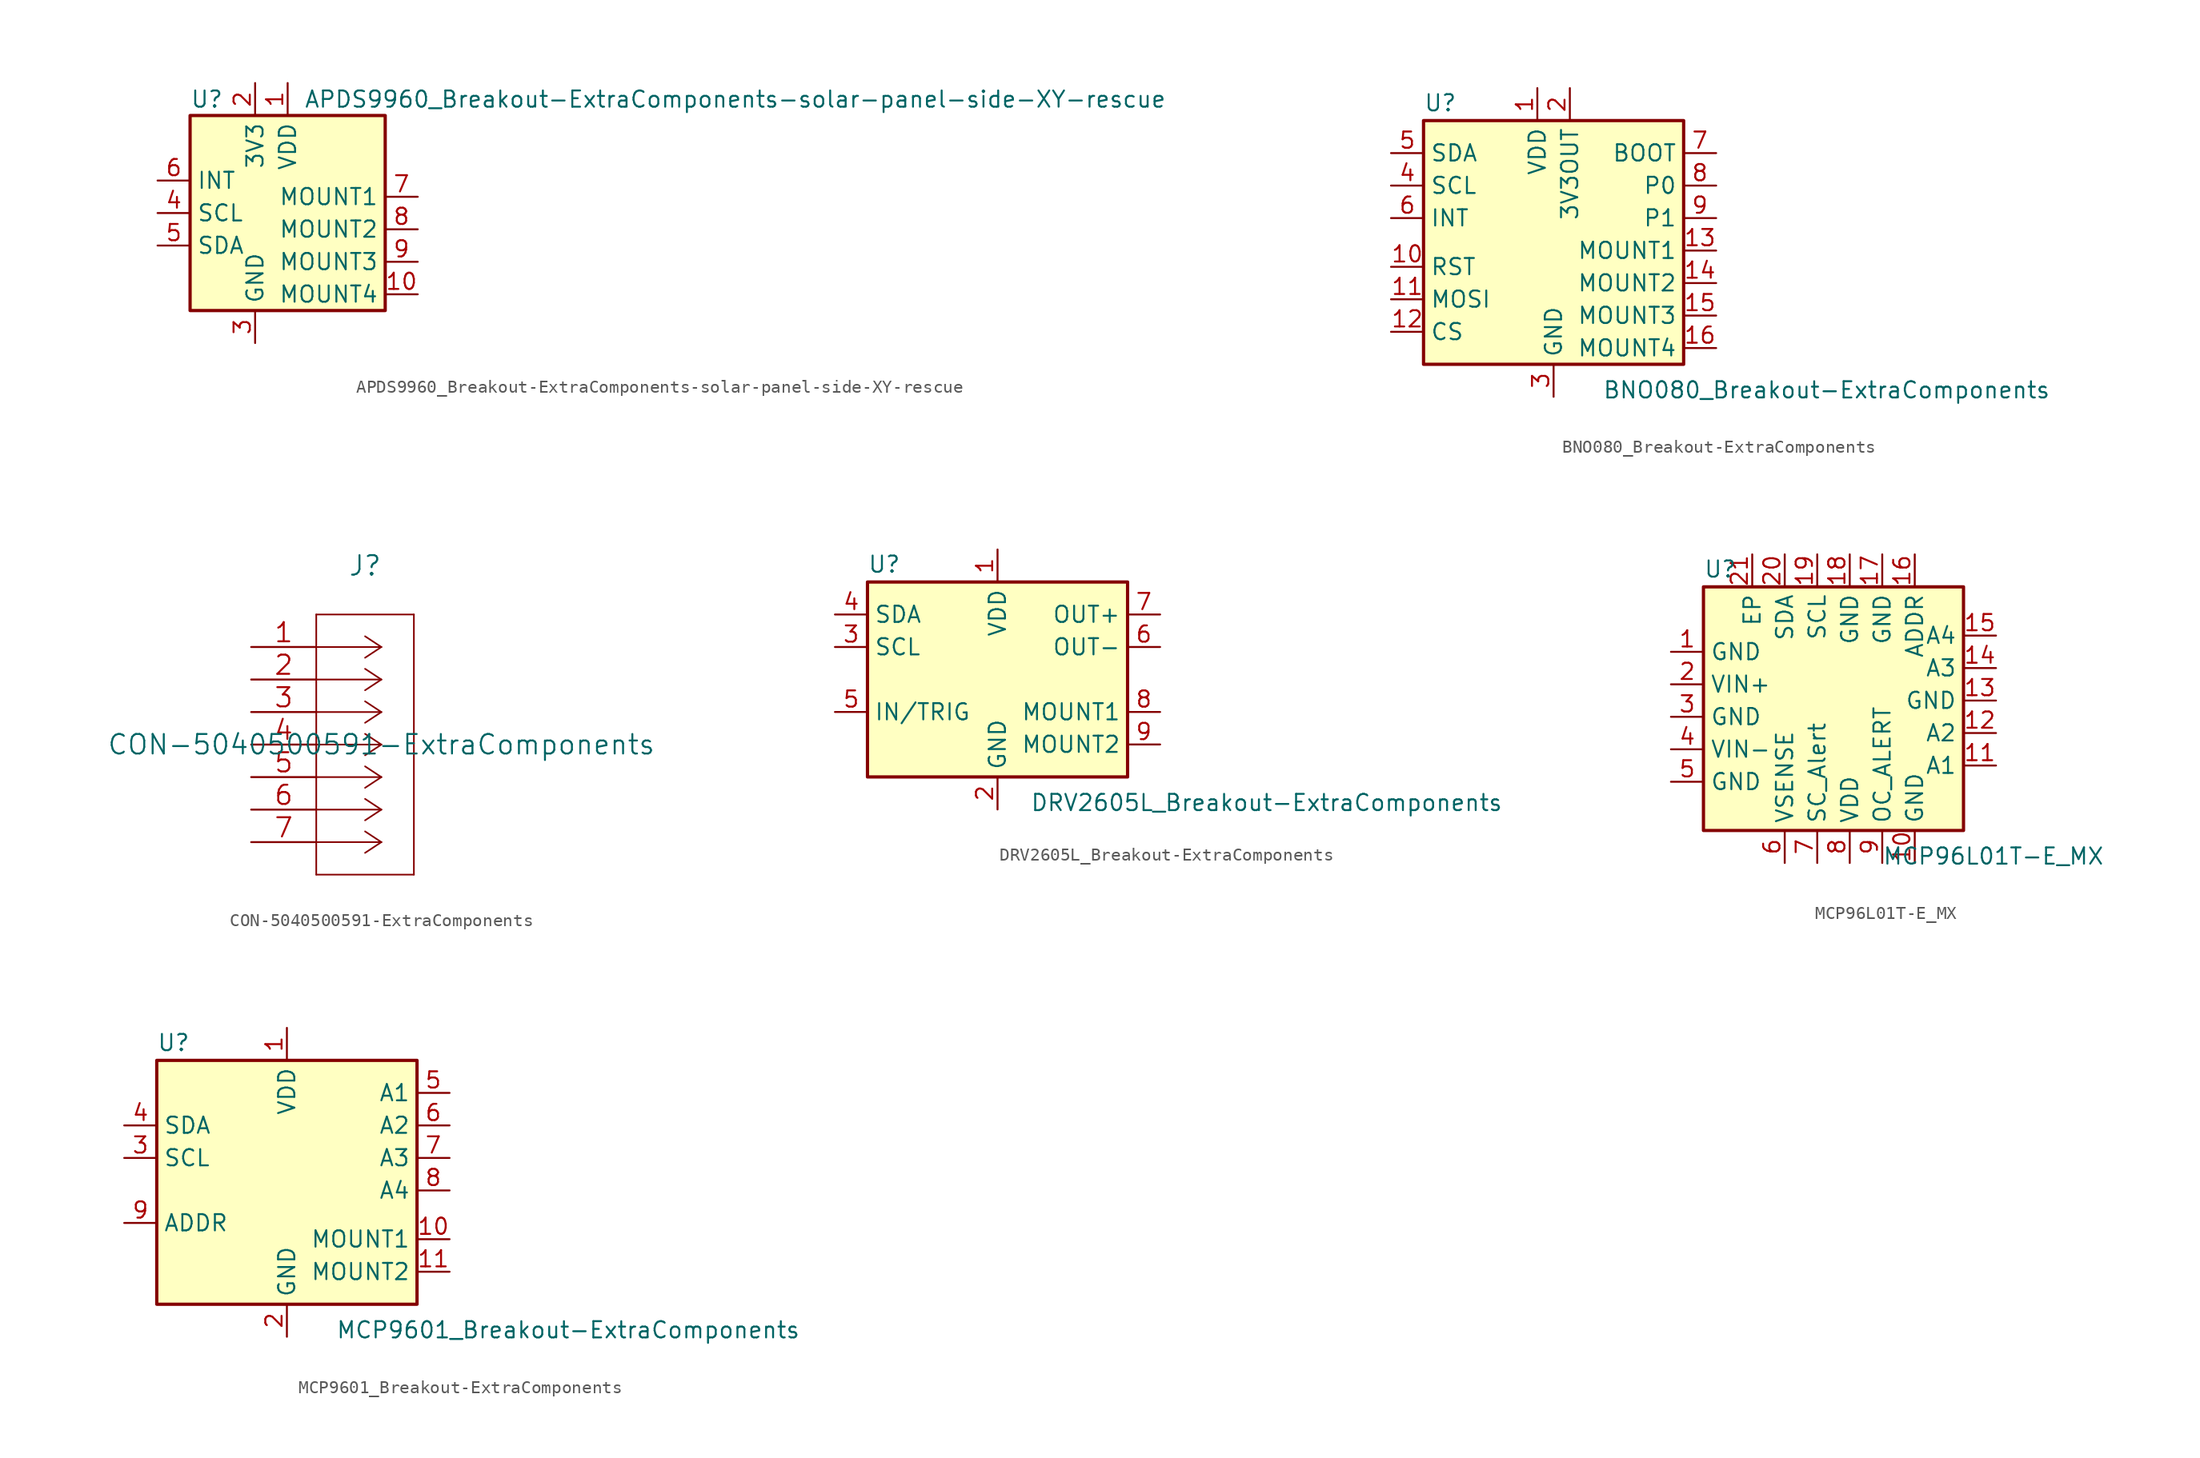
<source format=kicad_sym>
(kicad_symbol_lib
  (version 20211014)
  (generator kicad_symbol_editor)
  (symbol "APDS9960_Breakout-ExtraComponents-solar-panel-side-XY-rescue"
    (property "Reference" "U"
      (at -7.62 8.89 0)
      (effects (font (size 1.27 1.27)) (justify left)))
    (property "Value" "APDS9960_Breakout-ExtraComponents-solar-panel-side-XY-rescue"
      (at 1.27 8.89 0)
      (effects (font (size 1.27 1.27)) (justify left)))
    (symbol "APDS9960_Breakout-ExtraComponents-solar-panel-side-XY-rescue_0_1"
      (rectangle (start -7.62 7.62) (end 7.62 -7.62) (stroke (width 0.254) (type default) (color 0 0 0 0)) (fill (type background))))
    (symbol "APDS9960_Breakout-ExtraComponents-solar-panel-side-XY-rescue_1_1"
      (pin power_in line (at 0 10.16 270) (length 2.54) (name "VDD" (effects (font (size 1.27 1.27)))) (number "1" (effects (font (size 1.27 1.27)))))
      (pin input line (at 10.16 -6.35 180) (length 2.54) (name "MOUNT4" (effects (font (size 1.27 1.27)))) (number "10" (effects (font (size 1.27 1.27)))))
      (pin power_in line (at -2.54 10.16 270) (length 2.54) (name "3V3" (effects (font (size 1.27 1.27)))) (number "2" (effects (font (size 1.27 1.27)))))
      (pin power_in line (at -2.54 -10.16 90) (length 2.54) (name "GND" (effects (font (size 1.27 1.27)))) (number "3" (effects (font (size 1.27 1.27)))))
      (pin input line (at -10.16 0 0) (length 2.54) (name "SCL" (effects (font (size 1.27 1.27)))) (number "4" (effects (font (size 1.27 1.27)))))
      (pin bidirectional line (at -10.16 -2.54 0) (length 2.54) (name "SDA" (effects (font (size 1.27 1.27)))) (number "5" (effects (font (size 1.27 1.27)))))
      (pin open_collector line (at -10.16 2.54 0) (length 2.54) (name "INT" (effects (font (size 1.27 1.27)))) (number "6" (effects (font (size 1.27 1.27)))))
      (pin passive line (at 10.16 1.27 180) (length 2.54) (name "MOUNT1" (effects (font (size 1.27 1.27)))) (number "7" (effects (font (size 1.27 1.27)))))
      (pin input line (at 10.16 -1.27 180) (length 2.54) (name "MOUNT2" (effects (font (size 1.27 1.27)))) (number "8" (effects (font (size 1.27 1.27)))))
      (pin passive line (at 10.16 -3.81 180) (length 2.54) (name "MOUNT3" (effects (font (size 1.27 1.27)))) (number "9" (effects (font (size 1.27 1.27)))))))
  (symbol "BNO080_Breakout-ExtraComponents"
    (property "Reference" "U"
      (at -10.16 8.255 0)
      (effects (font (size 1.27 1.27)) (justify left bottom)))
    (property "Value" "BNO080_Breakout-ExtraComponents"
      (at 3.81 -12.7 0)
      (effects (font (size 1.27 1.27)) (justify left top)))
    (symbol "BNO080_Breakout-ExtraComponents_0_1"
      (rectangle (start -10.16 7.62) (end 10.16 -11.43) (stroke (width 0.254) (type default) (color 0 0 0 0)) (fill (type background))))
    (symbol "BNO080_Breakout-ExtraComponents_1_1"
      (pin power_in line (at -1.27 10.16 270) (length 2.54) (name "VDD" (effects (font (size 1.27 1.27)))) (number "1" (effects (font (size 1.27 1.27)))))
      (pin input line (at -12.7 -3.81 0) (length 2.54) (name "RST" (effects (font (size 1.27 1.27)))) (number "10" (effects (font (size 1.27 1.27)))))
      (pin bidirectional line (at -12.7 -6.35 0) (length 2.54) (name "MOSI" (effects (font (size 1.27 1.27)))) (number "11" (effects (font (size 1.27 1.27)))))
      (pin input line (at -12.7 -8.89 0) (length 2.54) (name "CS" (effects (font (size 1.27 1.27)))) (number "12" (effects (font (size 1.27 1.27)))))
      (pin passive line (at 12.7 -2.54 180) (length 2.54) (name "MOUNT1" (effects (font (size 1.27 1.27)))) (number "13" (effects (font (size 1.27 1.27)))))
      (pin passive line (at 12.7 -5.08 180) (length 2.54) (name "MOUNT2" (effects (font (size 1.27 1.27)))) (number "14" (effects (font (size 1.27 1.27)))))
      (pin passive line (at 12.7 -7.62 180) (length 2.54) (name "MOUNT3" (effects (font (size 1.27 1.27)))) (number "15" (effects (font (size 1.27 1.27)))))
      (pin passive line (at 12.7 -10.16 180) (length 2.54) (name "MOUNT4" (effects (font (size 1.27 1.27)))) (number "16" (effects (font (size 1.27 1.27)))))
      (pin power_out line (at 1.27 10.16 270) (length 2.54) (name "3V3OUT" (effects (font (size 1.27 1.27)))) (number "2" (effects (font (size 1.27 1.27)))))
      (pin power_in line (at 0 -13.97 90) (length 2.54) (name "GND" (effects (font (size 1.27 1.27)))) (number "3" (effects (font (size 1.27 1.27)))))
      (pin input line (at -12.7 2.54 0) (length 2.54) (name "SCL" (effects (font (size 1.27 1.27)))) (number "4" (effects (font (size 1.27 1.27)))))
      (pin bidirectional line (at -12.7 5.08 0) (length 2.54) (name "SDA" (effects (font (size 1.27 1.27)))) (number "5" (effects (font (size 1.27 1.27)))))
      (pin input line (at -12.7 0 0) (length 2.54) (name "INT" (effects (font (size 1.27 1.27)))) (number "6" (effects (font (size 1.27 1.27)))))
      (pin bidirectional line (at 12.7 5.08 180) (length 2.54) (name "BOOT" (effects (font (size 1.27 1.27)))) (number "7" (effects (font (size 1.27 1.27)))))
      (pin output line (at 12.7 2.54 180) (length 2.54) (name "P0" (effects (font (size 1.27 1.27)))) (number "8" (effects (font (size 1.27 1.27)))))
      (pin output line (at 12.7 0 180) (length 2.54) (name "P1" (effects (font (size 1.27 1.27)))) (number "9" (effects (font (size 1.27 1.27)))))))
  (symbol "CON-5040500591-ExtraComponents"
    (pin_names
      (offset 0.254) hide)
    (property "Reference" "J"
      (at 8.89 6.35 0)
      (effects (font (size 1.524 1.524))))
    (property "Value" "CON-5040500591-ExtraComponents"
      (at 10.16 -7.62 0)
      (effects (font (size 1.524 1.524))))
    (property "Datasheet" ""
      (at 0 0 0)
      (effects (font (size 1.524 1.524))))
    (property "ki_locked" ""
      (at 0 0 0)
      (effects (font (size 1.27 1.27))))
    (symbol "CON-5040500591-ExtraComponents_1_1"
      (polyline (pts (xy 5.08 -17.78) (xy 12.7 -17.78)) (stroke (width 0.127) (type default) (color 0 0 0 0)) (fill (type none)))
      (polyline (pts (xy 5.08 2.54) (xy 5.08 -17.78)) (stroke (width 0.127) (type default) (color 0 0 0 0)) (fill (type none)))
      (polyline (pts (xy 10.16 -15.24) (xy 5.08 -15.24)) (stroke (width 0.127) (type default) (color 0 0 0 0)) (fill (type none)))
      (polyline (pts (xy 10.16 -15.24) (xy 8.89 -16.078)) (stroke (width 0.127) (type default) (color 0 0 0 0)) (fill (type none)))
      (polyline (pts (xy 10.16 -15.24) (xy 8.89 -14.402)) (stroke (width 0.127) (type default) (color 0 0 0 0)) (fill (type none)))
      (polyline (pts (xy 10.16 -12.7) (xy 5.08 -12.7)) (stroke (width 0.127) (type default) (color 0 0 0 0)) (fill (type none)))
      (polyline (pts (xy 10.16 -12.7) (xy 8.89 -13.538)) (stroke (width 0.127) (type default) (color 0 0 0 0)) (fill (type none)))
      (polyline (pts (xy 10.16 -12.7) (xy 8.89 -11.862)) (stroke (width 0.127) (type default) (color 0 0 0 0)) (fill (type none)))
      (polyline (pts (xy 10.16 -10.16) (xy 5.08 -10.16)) (stroke (width 0.127) (type default) (color 0 0 0 0)) (fill (type none)))
      (polyline (pts (xy 10.16 -10.16) (xy 8.89 -10.998)) (stroke (width 0.127) (type default) (color 0 0 0 0)) (fill (type none)))
      (polyline (pts (xy 10.16 -10.16) (xy 8.89 -9.322)) (stroke (width 0.127) (type default) (color 0 0 0 0)) (fill (type none)))
      (polyline (pts (xy 10.16 -7.62) (xy 5.08 -7.62)) (stroke (width 0.127) (type default) (color 0 0 0 0)) (fill (type none)))
      (polyline (pts (xy 10.16 -7.62) (xy 8.89 -8.458)) (stroke (width 0.127) (type default) (color 0 0 0 0)) (fill (type none)))
      (polyline (pts (xy 10.16 -7.62) (xy 8.89 -6.782)) (stroke (width 0.127) (type default) (color 0 0 0 0)) (fill (type none)))
      (polyline (pts (xy 10.16 -5.08) (xy 5.08 -5.08)) (stroke (width 0.127) (type default) (color 0 0 0 0)) (fill (type none)))
      (polyline (pts (xy 10.16 -5.08) (xy 8.89 -5.918)) (stroke (width 0.127) (type default) (color 0 0 0 0)) (fill (type none)))
      (polyline (pts (xy 10.16 -5.08) (xy 8.89 -4.242)) (stroke (width 0.127) (type default) (color 0 0 0 0)) (fill (type none)))
      (polyline (pts (xy 10.16 -2.54) (xy 5.08 -2.54)) (stroke (width 0.127) (type default) (color 0 0 0 0)) (fill (type none)))
      (polyline (pts (xy 10.16 -2.54) (xy 8.89 -3.378)) (stroke (width 0.127) (type default) (color 0 0 0 0)) (fill (type none)))
      (polyline (pts (xy 10.16 -2.54) (xy 8.89 -1.702)) (stroke (width 0.127) (type default) (color 0 0 0 0)) (fill (type none)))
      (polyline (pts (xy 10.16 0) (xy 5.08 0)) (stroke (width 0.127) (type default) (color 0 0 0 0)) (fill (type none)))
      (polyline (pts (xy 10.16 0) (xy 8.89 -0.838)) (stroke (width 0.127) (type default) (color 0 0 0 0)) (fill (type none)))
      (polyline (pts (xy 10.16 0) (xy 8.89 0.838)) (stroke (width 0.127) (type default) (color 0 0 0 0)) (fill (type none)))
      (polyline (pts (xy 12.7 -17.78) (xy 12.7 2.54)) (stroke (width 0.127) (type default) (color 0 0 0 0)) (fill (type none)))
      (polyline (pts (xy 12.7 2.54) (xy 5.08 2.54)) (stroke (width 0.127) (type default) (color 0 0 0 0)) (fill (type none)))
      (pin unspecified line (at 0 0 0) (length 5.08) (name "1" (effects (font (size 1.499 1.499)))) (number "1" (effects (font (size 1.499 1.499)))))
      (pin unspecified line (at 0 -2.54 0) (length 5.08) (name "2" (effects (font (size 1.499 1.499)))) (number "2" (effects (font (size 1.499 1.499)))))
      (pin unspecified line (at 0 -5.08 0) (length 5.08) (name "3" (effects (font (size 1.499 1.499)))) (number "3" (effects (font (size 1.499 1.499)))))
      (pin unspecified line (at 0 -7.62 0) (length 5.08) (name "4" (effects (font (size 1.499 1.499)))) (number "4" (effects (font (size 1.499 1.499)))))
      (pin unspecified line (at 0 -10.16 0) (length 5.08) (name "5" (effects (font (size 1.499 1.499)))) (number "5" (effects (font (size 1.499 1.499)))))
      (pin unspecified line (at 0 -12.7 0) (length 5.08) (name "6" (effects (font (size 1.499 1.499)))) (number "6" (effects (font (size 1.499 1.499)))))
      (pin unspecified line (at 0 -15.24 0) (length 5.08) (name "7" (effects (font (size 1.499 1.499)))) (number "7" (effects (font (size 1.499 1.499)))))))
  (symbol "DRV2605L_Breakout-ExtraComponents"
    (property "Reference" "U"
      (at -10.16 8.255 0)
      (effects (font (size 1.27 1.27)) (justify left bottom)))
    (property "Value" "DRV2605L_Breakout-ExtraComponents"
      (at 2.54 -8.89 0)
      (effects (font (size 1.27 1.27)) (justify left top)))
    (symbol "DRV2605L_Breakout-ExtraComponents_0_1"
      (rectangle (start -10.16 7.62) (end 10.16 -7.62) (stroke (width 0.254) (type default) (color 0 0 0 0)) (fill (type background))))
    (symbol "DRV2605L_Breakout-ExtraComponents_1_1"
      (pin power_in line (at 0 10.16 270) (length 2.54) (name "VDD" (effects (font (size 1.27 1.27)))) (number "1" (effects (font (size 1.27 1.27)))))
      (pin power_in line (at 0 -10.16 90) (length 2.54) (name "GND" (effects (font (size 1.27 1.27)))) (number "2" (effects (font (size 1.27 1.27)))))
      (pin input line (at -12.7 2.54 0) (length 2.54) (name "SCL" (effects (font (size 1.27 1.27)))) (number "3" (effects (font (size 1.27 1.27)))))
      (pin bidirectional line (at -12.7 5.08 0) (length 2.54) (name "SDA" (effects (font (size 1.27 1.27)))) (number "4" (effects (font (size 1.27 1.27)))))
      (pin input line (at -12.7 -2.54 0) (length 2.54) (name "IN/TRIG" (effects (font (size 1.27 1.27)))) (number "5" (effects (font (size 1.27 1.27)))))
      (pin output line (at 12.7 2.54 180) (length 2.54) (name "OUT-" (effects (font (size 1.27 1.27)))) (number "6" (effects (font (size 1.27 1.27)))))
      (pin output line (at 12.7 5.08 180) (length 2.54) (name "OUT+" (effects (font (size 1.27 1.27)))) (number "7" (effects (font (size 1.27 1.27)))))
      (pin passive line (at 12.7 -2.54 180) (length 2.54) (name "MOUNT1" (effects (font (size 1.27 1.27)))) (number "8" (effects (font (size 1.27 1.27)))))
      (pin passive line (at 12.7 -5.08 180) (length 2.54) (name "MOUNT2" (effects (font (size 1.27 1.27)))) (number "9" (effects (font (size 1.27 1.27)))))))
  (symbol "MCP96L01T-E_MX"
    (property "Reference" "U"
      (at -10.16 8.255 0)
      (effects (font (size 1.27 1.27)) (justify left bottom)))
    (property "Value" "MCP96L01T-E_MX"
      (at 3.81 -12.7 0)
      (effects (font (size 1.27 1.27)) (justify left top)))
    (symbol "MCP96L01T-E_MX_0_1"
      (rectangle (start -10.16 7.62) (end 10.16 -11.43) (stroke (width 0.254) (type default) (color 0 0 0 0)) (fill (type background))))
    (symbol "MCP96L01T-E_MX_1_1"
      (pin power_in line (at -12.7 2.54 0) (length 2.54) (name "GND" (effects (font (size 1.27 1.27)))) (number "1" (effects (font (size 1.27 1.27)))))
      (pin power_in line (at 6.35 -13.97 90) (length 2.54) (name "GND" (effects (font (size 1.27 1.27)))) (number "10" (effects (font (size 1.27 1.27)))))
      (pin output line (at 12.7 -6.35 180) (length 2.54) (name "A1" (effects (font (size 1.27 1.27)))) (number "11" (effects (font (size 1.27 1.27)))))
      (pin output line (at 12.7 -3.81 180) (length 2.54) (name "A2" (effects (font (size 1.27 1.27)))) (number "12" (effects (font (size 1.27 1.27)))))
      (pin power_in line (at 12.7 -1.27 180) (length 2.54) (name "GND" (effects (font (size 1.27 1.27)))) (number "13" (effects (font (size 1.27 1.27)))))
      (pin output line (at 12.7 1.27 180) (length 2.54) (name "A3" (effects (font (size 1.27 1.27)))) (number "14" (effects (font (size 1.27 1.27)))))
      (pin output line (at 12.7 3.81 180) (length 2.54) (name "A4" (effects (font (size 1.27 1.27)))) (number "15" (effects (font (size 1.27 1.27)))))
      (pin input line (at 6.35 10.16 270) (length 2.54) (name "ADDR" (effects (font (size 1.27 1.27)))) (number "16" (effects (font (size 1.27 1.27)))))
      (pin power_in line (at 3.81 10.16 270) (length 2.54) (name "GND" (effects (font (size 1.27 1.27)))) (number "17" (effects (font (size 1.27 1.27)))))
      (pin power_in line (at 1.27 10.16 270) (length 2.54) (name "GND" (effects (font (size 1.27 1.27)))) (number "18" (effects (font (size 1.27 1.27)))))
      (pin input line (at -1.27 10.16 270) (length 2.54) (name "SCL" (effects (font (size 1.27 1.27)))) (number "19" (effects (font (size 1.27 1.27)))))
      (pin power_in line (at -12.7 0 0) (length 2.54) (name "VIN+" (effects (font (size 1.27 1.27)))) (number "2" (effects (font (size 1.27 1.27)))))
      (pin input line (at -3.81 10.16 270) (length 2.54) (name "SDA" (effects (font (size 1.27 1.27)))) (number "20" (effects (font (size 1.27 1.27)))))
      (pin power_in line (at -6.35 10.16 270) (length 2.54) (name "EP" (effects (font (size 1.27 1.27)))) (number "21" (effects (font (size 1.27 1.27)))))
      (pin power_in line (at -12.7 -2.54 0) (length 2.54) (name "GND" (effects (font (size 1.27 1.27)))) (number "3" (effects (font (size 1.27 1.27)))))
      (pin power_in line (at -12.7 -5.08 0) (length 2.54) (name "VIN-" (effects (font (size 1.27 1.27)))) (number "4" (effects (font (size 1.27 1.27)))))
      (pin power_in line (at -12.7 -7.62 0) (length 2.54) (name "GND" (effects (font (size 1.27 1.27)))) (number "5" (effects (font (size 1.27 1.27)))))
      (pin passive line (at -3.81 -13.97 90) (length 2.54) (name "VSENSE" (effects (font (size 1.27 1.27)))) (number "6" (effects (font (size 1.27 1.27)))))
      (pin output line (at -1.27 -13.97 90) (length 2.54) (name "SC_Alert" (effects (font (size 1.27 1.27)))) (number "7" (effects (font (size 1.27 1.27)))))
      (pin power_in line (at 1.27 -13.97 90) (length 2.54) (name "VDD" (effects (font (size 1.27 1.27)))) (number "8" (effects (font (size 1.27 1.27)))))
      (pin output line (at 3.81 -13.97 90) (length 2.54) (name "OC_ALERT" (effects (font (size 1.27 1.27)))) (number "9" (effects (font (size 1.27 1.27)))))))
  (symbol "MCP9601_Breakout-ExtraComponents"
    (property "Reference" "U"
      (at -10.16 8.255 0)
      (effects (font (size 1.27 1.27)) (justify left bottom)))
    (property "Value" "MCP9601_Breakout-ExtraComponents"
      (at 3.81 -12.7 0)
      (effects (font (size 1.27 1.27)) (justify left top)))
    (symbol "MCP9601_Breakout-ExtraComponents_0_1"
      (rectangle (start -10.16 7.62) (end 10.16 -11.43) (stroke (width 0.254) (type default) (color 0 0 0 0)) (fill (type background))))
    (symbol "MCP9601_Breakout-ExtraComponents_1_1"
      (pin power_in line (at 0 10.16 270) (length 2.54) (name "VDD" (effects (font (size 1.27 1.27)))) (number "1" (effects (font (size 1.27 1.27)))))
      (pin passive line (at 12.7 -6.35 180) (length 2.54) (name "MOUNT1" (effects (font (size 1.27 1.27)))) (number "10" (effects (font (size 1.27 1.27)))))
      (pin passive line (at 12.7 -8.89 180) (length 2.54) (name "MOUNT2" (effects (font (size 1.27 1.27)))) (number "11" (effects (font (size 1.27 1.27)))))
      (pin power_in line (at 0 -13.97 90) (length 2.54) (name "GND" (effects (font (size 1.27 1.27)))) (number "2" (effects (font (size 1.27 1.27)))))
      (pin input line (at -12.7 0 0) (length 2.54) (name "SCL" (effects (font (size 1.27 1.27)))) (number "3" (effects (font (size 1.27 1.27)))))
      (pin bidirectional line (at -12.7 2.54 0) (length 2.54) (name "SDA" (effects (font (size 1.27 1.27)))) (number "4" (effects (font (size 1.27 1.27)))))
      (pin output line (at 12.7 5.08 180) (length 2.54) (name "A1" (effects (font (size 1.27 1.27)))) (number "5" (effects (font (size 1.27 1.27)))))
      (pin output line (at 12.7 2.54 180) (length 2.54) (name "A2" (effects (font (size 1.27 1.27)))) (number "6" (effects (font (size 1.27 1.27)))))
      (pin output line (at 12.7 0 180) (length 2.54) (name "A3" (effects (font (size 1.27 1.27)))) (number "7" (effects (font (size 1.27 1.27)))))
      (pin output line (at 12.7 -2.54 180) (length 2.54) (name "A4" (effects (font (size 1.27 1.27)))) (number "8" (effects (font (size 1.27 1.27)))))
      (pin input line (at -12.7 -5.08 0) (length 2.54) (name "ADDR" (effects (font (size 1.27 1.27)))) (number "9" (effects (font (size 1.27 1.27))))))))
</source>
